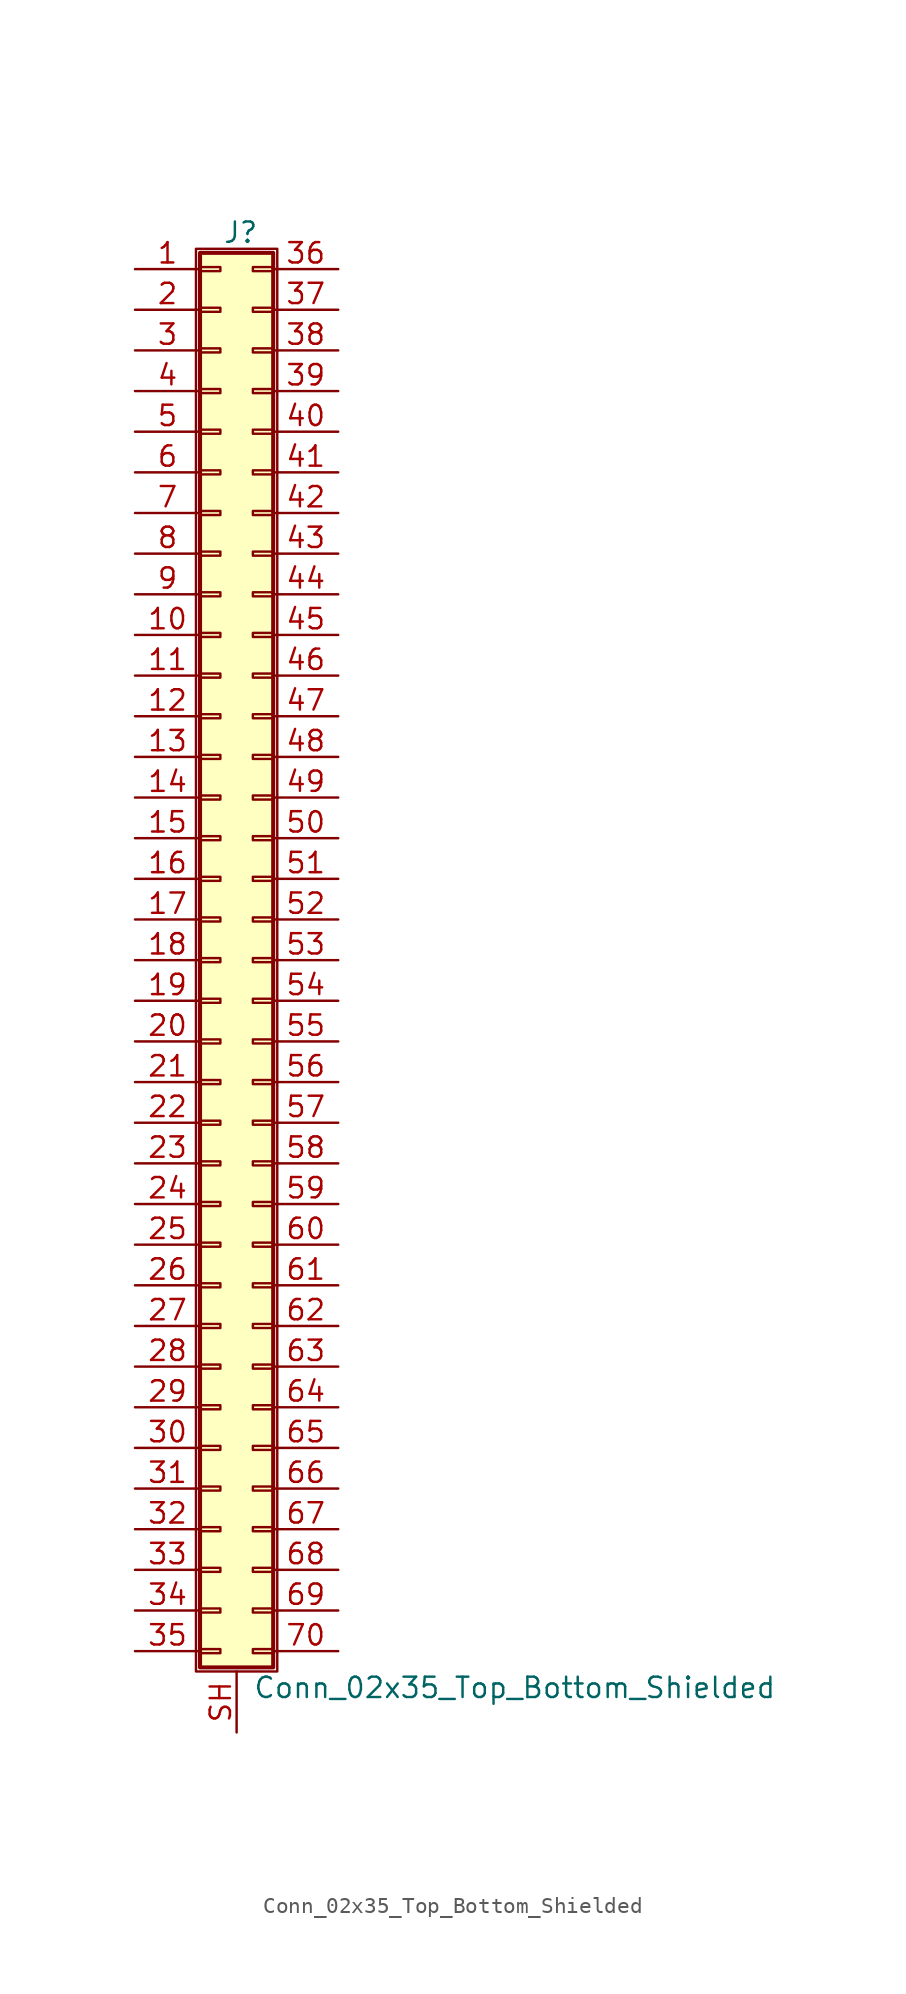
<source format=kicad_sym>
(kicad_symbol_lib
  (version 20201005)
  (generator kicad_symbol_editor)
  (symbol "Conn_02x35_Top_Bottom_Shielded"
    (pin_names
      (offset 1.016) hide)
    (property "Reference" "J"
      (at 1.524 45.466 0)
      (effects (font (size 1.27 1.27))))
    (property "Value" "Conn_02x35_Top_Bottom_Shielded"
      (at 2.286 -45.466 0)
      (effects (font (size 1.27 1.27)) (justify left)))
    (symbol "Conn_02x35_Top_Bottom_Shielded_1_1"
      (rectangle (start -1.27 44.45) (end 3.81 -44.45) (stroke (width 0.152)) (fill (type none)))
      (rectangle (start -1.016 -43.053) (end 0.254 -43.307) (stroke (width 0.152)) (fill (type none)))
      (rectangle (start -1.016 -40.513) (end 0.254 -40.767) (stroke (width 0.152)) (fill (type none)))
      (rectangle (start -1.016 -37.973) (end 0.254 -38.227) (stroke (width 0.152)) (fill (type none)))
      (rectangle (start -1.016 -35.433) (end 0.254 -35.687) (stroke (width 0.152)) (fill (type none)))
      (rectangle (start -1.016 -32.893) (end 0.254 -33.147) (stroke (width 0.152)) (fill (type none)))
      (rectangle (start -1.016 -30.353) (end 0.254 -30.607) (stroke (width 0.152)) (fill (type none)))
      (rectangle (start -1.016 -27.813) (end 0.254 -28.067) (stroke (width 0.152)) (fill (type none)))
      (rectangle (start -1.016 -25.273) (end 0.254 -25.527) (stroke (width 0.152)) (fill (type none)))
      (rectangle (start -1.016 -22.733) (end 0.254 -22.987) (stroke (width 0.152)) (fill (type none)))
      (rectangle (start -1.016 -20.193) (end 0.254 -20.447) (stroke (width 0.152)) (fill (type none)))
      (rectangle (start -1.016 -17.653) (end 0.254 -17.907) (stroke (width 0.152)) (fill (type none)))
      (rectangle (start -1.016 -15.113) (end 0.254 -15.367) (stroke (width 0.152)) (fill (type none)))
      (rectangle (start -1.016 -12.573) (end 0.254 -12.827) (stroke (width 0.152)) (fill (type none)))
      (rectangle (start -1.016 -10.033) (end 0.254 -10.287) (stroke (width 0.152)) (fill (type none)))
      (rectangle (start -1.016 -7.493) (end 0.254 -7.747) (stroke (width 0.152)) (fill (type none)))
      (rectangle (start -1.016 -4.953) (end 0.254 -5.207) (stroke (width 0.152)) (fill (type none)))
      (rectangle (start -1.016 -2.413) (end 0.254 -2.667) (stroke (width 0.152)) (fill (type none)))
      (rectangle (start -1.016 0.127) (end 0.254 -0.127) (stroke (width 0.152)) (fill (type none)))
      (rectangle (start -1.016 2.667) (end 0.254 2.413) (stroke (width 0.152)) (fill (type none)))
      (rectangle (start -1.016 5.207) (end 0.254 4.953) (stroke (width 0.152)) (fill (type none)))
      (rectangle (start -1.016 7.747) (end 0.254 7.493) (stroke (width 0.152)) (fill (type none)))
      (rectangle (start -1.016 10.287) (end 0.254 10.033) (stroke (width 0.152)) (fill (type none)))
      (rectangle (start -1.016 12.827) (end 0.254 12.573) (stroke (width 0.152)) (fill (type none)))
      (rectangle (start -1.016 15.367) (end 0.254 15.113) (stroke (width 0.152)) (fill (type none)))
      (rectangle (start -1.016 17.907) (end 0.254 17.653) (stroke (width 0.152)) (fill (type none)))
      (rectangle (start -1.016 20.447) (end 0.254 20.193) (stroke (width 0.152)) (fill (type none)))
      (rectangle (start -1.016 22.987) (end 0.254 22.733) (stroke (width 0.152)) (fill (type none)))
      (rectangle (start -1.016 25.527) (end 0.254 25.273) (stroke (width 0.152)) (fill (type none)))
      (rectangle (start -1.016 28.067) (end 0.254 27.813) (stroke (width 0.152)) (fill (type none)))
      (rectangle (start -1.016 30.607) (end 0.254 30.353) (stroke (width 0.152)) (fill (type none)))
      (rectangle (start -1.016 33.147) (end 0.254 32.893) (stroke (width 0.152)) (fill (type none)))
      (rectangle (start -1.016 35.687) (end 0.254 35.433) (stroke (width 0.152)) (fill (type none)))
      (rectangle (start -1.016 38.227) (end 0.254 37.973) (stroke (width 0.152)) (fill (type none)))
      (rectangle (start -1.016 40.767) (end 0.254 40.513) (stroke (width 0.152)) (fill (type none)))
      (rectangle (start -1.016 43.307) (end 0.254 43.053) (stroke (width 0.152)) (fill (type none)))
      (rectangle (start -1.016 44.196) (end 3.556 -44.196) (stroke (width 0.254)) (fill (type background)))
      (rectangle (start 3.556 -43.053) (end 2.286 -43.307) (stroke (width 0.152)) (fill (type none)))
      (rectangle (start 3.556 -40.513) (end 2.286 -40.767) (stroke (width 0.152)) (fill (type none)))
      (rectangle (start 3.556 -37.973) (end 2.286 -38.227) (stroke (width 0.152)) (fill (type none)))
      (rectangle (start 3.556 -35.433) (end 2.286 -35.687) (stroke (width 0.152)) (fill (type none)))
      (rectangle (start 3.556 -32.893) (end 2.286 -33.147) (stroke (width 0.152)) (fill (type none)))
      (rectangle (start 3.556 -30.353) (end 2.286 -30.607) (stroke (width 0.152)) (fill (type none)))
      (rectangle (start 3.556 -27.813) (end 2.286 -28.067) (stroke (width 0.152)) (fill (type none)))
      (rectangle (start 3.556 -25.273) (end 2.286 -25.527) (stroke (width 0.152)) (fill (type none)))
      (rectangle (start 3.556 -22.733) (end 2.286 -22.987) (stroke (width 0.152)) (fill (type none)))
      (rectangle (start 3.556 -20.193) (end 2.286 -20.447) (stroke (width 0.152)) (fill (type none)))
      (rectangle (start 3.556 -17.653) (end 2.286 -17.907) (stroke (width 0.152)) (fill (type none)))
      (rectangle (start 3.556 -15.113) (end 2.286 -15.367) (stroke (width 0.152)) (fill (type none)))
      (rectangle (start 3.556 -12.573) (end 2.286 -12.827) (stroke (width 0.152)) (fill (type none)))
      (rectangle (start 3.556 -10.033) (end 2.286 -10.287) (stroke (width 0.152)) (fill (type none)))
      (rectangle (start 3.556 -7.493) (end 2.286 -7.747) (stroke (width 0.152)) (fill (type none)))
      (rectangle (start 3.556 -4.953) (end 2.286 -5.207) (stroke (width 0.152)) (fill (type none)))
      (rectangle (start 3.556 -2.413) (end 2.286 -2.667) (stroke (width 0.152)) (fill (type none)))
      (rectangle (start 3.556 0.127) (end 2.286 -0.127) (stroke (width 0.152)) (fill (type none)))
      (rectangle (start 3.556 2.667) (end 2.286 2.413) (stroke (width 0.152)) (fill (type none)))
      (rectangle (start 3.556 5.207) (end 2.286 4.953) (stroke (width 0.152)) (fill (type none)))
      (rectangle (start 3.556 7.747) (end 2.286 7.493) (stroke (width 0.152)) (fill (type none)))
      (rectangle (start 3.556 10.287) (end 2.286 10.033) (stroke (width 0.152)) (fill (type none)))
      (rectangle (start 3.556 12.827) (end 2.286 12.573) (stroke (width 0.152)) (fill (type none)))
      (rectangle (start 3.556 15.367) (end 2.286 15.113) (stroke (width 0.152)) (fill (type none)))
      (rectangle (start 3.556 17.907) (end 2.286 17.653) (stroke (width 0.152)) (fill (type none)))
      (rectangle (start 3.556 20.447) (end 2.286 20.193) (stroke (width 0.152)) (fill (type none)))
      (rectangle (start 3.556 22.987) (end 2.286 22.733) (stroke (width 0.152)) (fill (type none)))
      (rectangle (start 3.556 25.527) (end 2.286 25.273) (stroke (width 0.152)) (fill (type none)))
      (rectangle (start 3.556 28.067) (end 2.286 27.813) (stroke (width 0.152)) (fill (type none)))
      (rectangle (start 3.556 30.607) (end 2.286 30.353) (stroke (width 0.152)) (fill (type none)))
      (rectangle (start 3.556 33.147) (end 2.286 32.893) (stroke (width 0.152)) (fill (type none)))
      (rectangle (start 3.556 35.687) (end 2.286 35.433) (stroke (width 0.152)) (fill (type none)))
      (rectangle (start 3.556 38.227) (end 2.286 37.973) (stroke (width 0.152)) (fill (type none)))
      (rectangle (start 3.556 40.767) (end 2.286 40.513) (stroke (width 0.152)) (fill (type none)))
      (rectangle (start 3.556 43.307) (end 2.286 43.053) (stroke (width 0.152)) (fill (type none)))
      (pin passive line (at -5.08 43.18 0) (length 4.064) (name "Pin_1" (effects (font (size 1.27 1.27)))) (number "1" (effects (font (size 1.27 1.27)))))
      (pin passive line (at -5.08 20.32 0) (length 4.064) (name "Pin_10" (effects (font (size 1.27 1.27)))) (number "10" (effects (font (size 1.27 1.27)))))
      (pin passive line (at -5.08 17.78 0) (length 4.064) (name "Pin_11" (effects (font (size 1.27 1.27)))) (number "11" (effects (font (size 1.27 1.27)))))
      (pin passive line (at -5.08 15.24 0) (length 4.064) (name "Pin_12" (effects (font (size 1.27 1.27)))) (number "12" (effects (font (size 1.27 1.27)))))
      (pin passive line (at -5.08 12.7 0) (length 4.064) (name "Pin_13" (effects (font (size 1.27 1.27)))) (number "13" (effects (font (size 1.27 1.27)))))
      (pin passive line (at -5.08 10.16 0) (length 4.064) (name "Pin_14" (effects (font (size 1.27 1.27)))) (number "14" (effects (font (size 1.27 1.27)))))
      (pin passive line (at -5.08 7.62 0) (length 4.064) (name "Pin_15" (effects (font (size 1.27 1.27)))) (number "15" (effects (font (size 1.27 1.27)))))
      (pin passive line (at -5.08 5.08 0) (length 4.064) (name "Pin_16" (effects (font (size 1.27 1.27)))) (number "16" (effects (font (size 1.27 1.27)))))
      (pin passive line (at -5.08 2.54 0) (length 4.064) (name "Pin_17" (effects (font (size 1.27 1.27)))) (number "17" (effects (font (size 1.27 1.27)))))
      (pin passive line (at -5.08 0 0) (length 4.064) (name "Pin_18" (effects (font (size 1.27 1.27)))) (number "18" (effects (font (size 1.27 1.27)))))
      (pin passive line (at -5.08 -2.54 0) (length 4.064) (name "Pin_19" (effects (font (size 1.27 1.27)))) (number "19" (effects (font (size 1.27 1.27)))))
      (pin passive line (at -5.08 40.64 0) (length 4.064) (name "Pin_2" (effects (font (size 1.27 1.27)))) (number "2" (effects (font (size 1.27 1.27)))))
      (pin passive line (at -5.08 -5.08 0) (length 4.064) (name "Pin_20" (effects (font (size 1.27 1.27)))) (number "20" (effects (font (size 1.27 1.27)))))
      (pin passive line (at -5.08 -7.62 0) (length 4.064) (name "Pin_21" (effects (font (size 1.27 1.27)))) (number "21" (effects (font (size 1.27 1.27)))))
      (pin passive line (at -5.08 -10.16 0) (length 4.064) (name "Pin_22" (effects (font (size 1.27 1.27)))) (number "22" (effects (font (size 1.27 1.27)))))
      (pin passive line (at -5.08 -12.7 0) (length 4.064) (name "Pin_23" (effects (font (size 1.27 1.27)))) (number "23" (effects (font (size 1.27 1.27)))))
      (pin passive line (at -5.08 -15.24 0) (length 4.064) (name "Pin_24" (effects (font (size 1.27 1.27)))) (number "24" (effects (font (size 1.27 1.27)))))
      (pin passive line (at -5.08 -17.78 0) (length 4.064) (name "Pin_25" (effects (font (size 1.27 1.27)))) (number "25" (effects (font (size 1.27 1.27)))))
      (pin passive line (at -5.08 -20.32 0) (length 4.064) (name "Pin_26" (effects (font (size 1.27 1.27)))) (number "26" (effects (font (size 1.27 1.27)))))
      (pin passive line (at -5.08 -22.86 0) (length 4.064) (name "Pin_27" (effects (font (size 1.27 1.27)))) (number "27" (effects (font (size 1.27 1.27)))))
      (pin passive line (at -5.08 -25.4 0) (length 4.064) (name "Pin_28" (effects (font (size 1.27 1.27)))) (number "28" (effects (font (size 1.27 1.27)))))
      (pin passive line (at -5.08 -27.94 0) (length 4.064) (name "Pin_29" (effects (font (size 1.27 1.27)))) (number "29" (effects (font (size 1.27 1.27)))))
      (pin passive line (at -5.08 38.1 0) (length 4.064) (name "Pin_3" (effects (font (size 1.27 1.27)))) (number "3" (effects (font (size 1.27 1.27)))))
      (pin passive line (at -5.08 -30.48 0) (length 4.064) (name "Pin_30" (effects (font (size 1.27 1.27)))) (number "30" (effects (font (size 1.27 1.27)))))
      (pin passive line (at -5.08 -33.02 0) (length 4.064) (name "Pin_31" (effects (font (size 1.27 1.27)))) (number "31" (effects (font (size 1.27 1.27)))))
      (pin passive line (at -5.08 -35.56 0) (length 4.064) (name "Pin_32" (effects (font (size 1.27 1.27)))) (number "32" (effects (font (size 1.27 1.27)))))
      (pin passive line (at -5.08 -38.1 0) (length 4.064) (name "Pin_33" (effects (font (size 1.27 1.27)))) (number "33" (effects (font (size 1.27 1.27)))))
      (pin passive line (at -5.08 -40.64 0) (length 4.064) (name "Pin_34" (effects (font (size 1.27 1.27)))) (number "34" (effects (font (size 1.27 1.27)))))
      (pin passive line (at -5.08 -43.18 0) (length 4.064) (name "Pin_35" (effects (font (size 1.27 1.27)))) (number "35" (effects (font (size 1.27 1.27)))))
      (pin passive line (at 7.62 43.18 180) (length 4.064) (name "Pin_36" (effects (font (size 1.27 1.27)))) (number "36" (effects (font (size 1.27 1.27)))))
      (pin passive line (at 7.62 40.64 180) (length 4.064) (name "Pin_37" (effects (font (size 1.27 1.27)))) (number "37" (effects (font (size 1.27 1.27)))))
      (pin passive line (at 7.62 38.1 180) (length 4.064) (name "Pin_38" (effects (font (size 1.27 1.27)))) (number "38" (effects (font (size 1.27 1.27)))))
      (pin passive line (at 7.62 35.56 180) (length 4.064) (name "Pin_39" (effects (font (size 1.27 1.27)))) (number "39" (effects (font (size 1.27 1.27)))))
      (pin passive line (at -5.08 35.56 0) (length 4.064) (name "Pin_4" (effects (font (size 1.27 1.27)))) (number "4" (effects (font (size 1.27 1.27)))))
      (pin passive line (at 7.62 33.02 180) (length 4.064) (name "Pin_40" (effects (font (size 1.27 1.27)))) (number "40" (effects (font (size 1.27 1.27)))))
      (pin passive line (at 7.62 30.48 180) (length 4.064) (name "Pin_41" (effects (font (size 1.27 1.27)))) (number "41" (effects (font (size 1.27 1.27)))))
      (pin passive line (at 7.62 27.94 180) (length 4.064) (name "Pin_42" (effects (font (size 1.27 1.27)))) (number "42" (effects (font (size 1.27 1.27)))))
      (pin passive line (at 7.62 25.4 180) (length 4.064) (name "Pin_43" (effects (font (size 1.27 1.27)))) (number "43" (effects (font (size 1.27 1.27)))))
      (pin passive line (at 7.62 22.86 180) (length 4.064) (name "Pin_44" (effects (font (size 1.27 1.27)))) (number "44" (effects (font (size 1.27 1.27)))))
      (pin passive line (at 7.62 20.32 180) (length 4.064) (name "Pin_45" (effects (font (size 1.27 1.27)))) (number "45" (effects (font (size 1.27 1.27)))))
      (pin passive line (at 7.62 17.78 180) (length 4.064) (name "Pin_46" (effects (font (size 1.27 1.27)))) (number "46" (effects (font (size 1.27 1.27)))))
      (pin passive line (at 7.62 15.24 180) (length 4.064) (name "Pin_47" (effects (font (size 1.27 1.27)))) (number "47" (effects (font (size 1.27 1.27)))))
      (pin passive line (at 7.62 12.7 180) (length 4.064) (name "Pin_48" (effects (font (size 1.27 1.27)))) (number "48" (effects (font (size 1.27 1.27)))))
      (pin passive line (at 7.62 10.16 180) (length 4.064) (name "Pin_49" (effects (font (size 1.27 1.27)))) (number "49" (effects (font (size 1.27 1.27)))))
      (pin passive line (at -5.08 33.02 0) (length 4.064) (name "Pin_5" (effects (font (size 1.27 1.27)))) (number "5" (effects (font (size 1.27 1.27)))))
      (pin passive line (at 7.62 7.62 180) (length 4.064) (name "Pin_50" (effects (font (size 1.27 1.27)))) (number "50" (effects (font (size 1.27 1.27)))))
      (pin passive line (at 7.62 5.08 180) (length 4.064) (name "Pin_51" (effects (font (size 1.27 1.27)))) (number "51" (effects (font (size 1.27 1.27)))))
      (pin passive line (at 7.62 2.54 180) (length 4.064) (name "Pin_52" (effects (font (size 1.27 1.27)))) (number "52" (effects (font (size 1.27 1.27)))))
      (pin passive line (at 7.62 0 180) (length 4.064) (name "Pin_53" (effects (font (size 1.27 1.27)))) (number "53" (effects (font (size 1.27 1.27)))))
      (pin passive line (at 7.62 -2.54 180) (length 4.064) (name "Pin_54" (effects (font (size 1.27 1.27)))) (number "54" (effects (font (size 1.27 1.27)))))
      (pin passive line (at 7.62 -5.08 180) (length 4.064) (name "Pin_55" (effects (font (size 1.27 1.27)))) (number "55" (effects (font (size 1.27 1.27)))))
      (pin passive line (at 7.62 -7.62 180) (length 4.064) (name "Pin_56" (effects (font (size 1.27 1.27)))) (number "56" (effects (font (size 1.27 1.27)))))
      (pin passive line (at 7.62 -10.16 180) (length 4.064) (name "Pin_57" (effects (font (size 1.27 1.27)))) (number "57" (effects (font (size 1.27 1.27)))))
      (pin passive line (at 7.62 -12.7 180) (length 4.064) (name "Pin_58" (effects (font (size 1.27 1.27)))) (number "58" (effects (font (size 1.27 1.27)))))
      (pin passive line (at 7.62 -15.24 180) (length 4.064) (name "Pin_59" (effects (font (size 1.27 1.27)))) (number "59" (effects (font (size 1.27 1.27)))))
      (pin passive line (at -5.08 30.48 0) (length 4.064) (name "Pin_6" (effects (font (size 1.27 1.27)))) (number "6" (effects (font (size 1.27 1.27)))))
      (pin passive line (at 7.62 -17.78 180) (length 4.064) (name "Pin_60" (effects (font (size 1.27 1.27)))) (number "60" (effects (font (size 1.27 1.27)))))
      (pin passive line (at 7.62 -20.32 180) (length 4.064) (name "Pin_61" (effects (font (size 1.27 1.27)))) (number "61" (effects (font (size 1.27 1.27)))))
      (pin passive line (at 7.62 -22.86 180) (length 4.064) (name "Pin_62" (effects (font (size 1.27 1.27)))) (number "62" (effects (font (size 1.27 1.27)))))
      (pin passive line (at 7.62 -25.4 180) (length 4.064) (name "Pin_63" (effects (font (size 1.27 1.27)))) (number "63" (effects (font (size 1.27 1.27)))))
      (pin passive line (at 7.62 -27.94 180) (length 4.064) (name "Pin_64" (effects (font (size 1.27 1.27)))) (number "64" (effects (font (size 1.27 1.27)))))
      (pin passive line (at 7.62 -30.48 180) (length 4.064) (name "Pin_65" (effects (font (size 1.27 1.27)))) (number "65" (effects (font (size 1.27 1.27)))))
      (pin passive line (at 7.62 -33.02 180) (length 4.064) (name "Pin_66" (effects (font (size 1.27 1.27)))) (number "66" (effects (font (size 1.27 1.27)))))
      (pin passive line (at 7.62 -35.56 180) (length 4.064) (name "Pin_67" (effects (font (size 1.27 1.27)))) (number "67" (effects (font (size 1.27 1.27)))))
      (pin passive line (at 7.62 -38.1 180) (length 4.064) (name "Pin_68" (effects (font (size 1.27 1.27)))) (number "68" (effects (font (size 1.27 1.27)))))
      (pin passive line (at 7.62 -40.64 180) (length 4.064) (name "Pin_69" (effects (font (size 1.27 1.27)))) (number "69" (effects (font (size 1.27 1.27)))))
      (pin passive line (at -5.08 27.94 0) (length 4.064) (name "Pin_7" (effects (font (size 1.27 1.27)))) (number "7" (effects (font (size 1.27 1.27)))))
      (pin passive line (at 7.62 -43.18 180) (length 4.064) (name "Pin_70" (effects (font (size 1.27 1.27)))) (number "70" (effects (font (size 1.27 1.27)))))
      (pin passive line (at -5.08 25.4 0) (length 4.064) (name "Pin_8" (effects (font (size 1.27 1.27)))) (number "8" (effects (font (size 1.27 1.27)))))
      (pin passive line (at -5.08 22.86 0) (length 4.064) (name "Pin_9" (effects (font (size 1.27 1.27)))) (number "9" (effects (font (size 1.27 1.27)))))
      (pin passive line (at 1.27 -48.26 90) (length 3.81) (name "Shield" (effects (font (size 1.27 1.27)))) (number "SH" (effects (font (size 1.27 1.27))))))))
</source>
